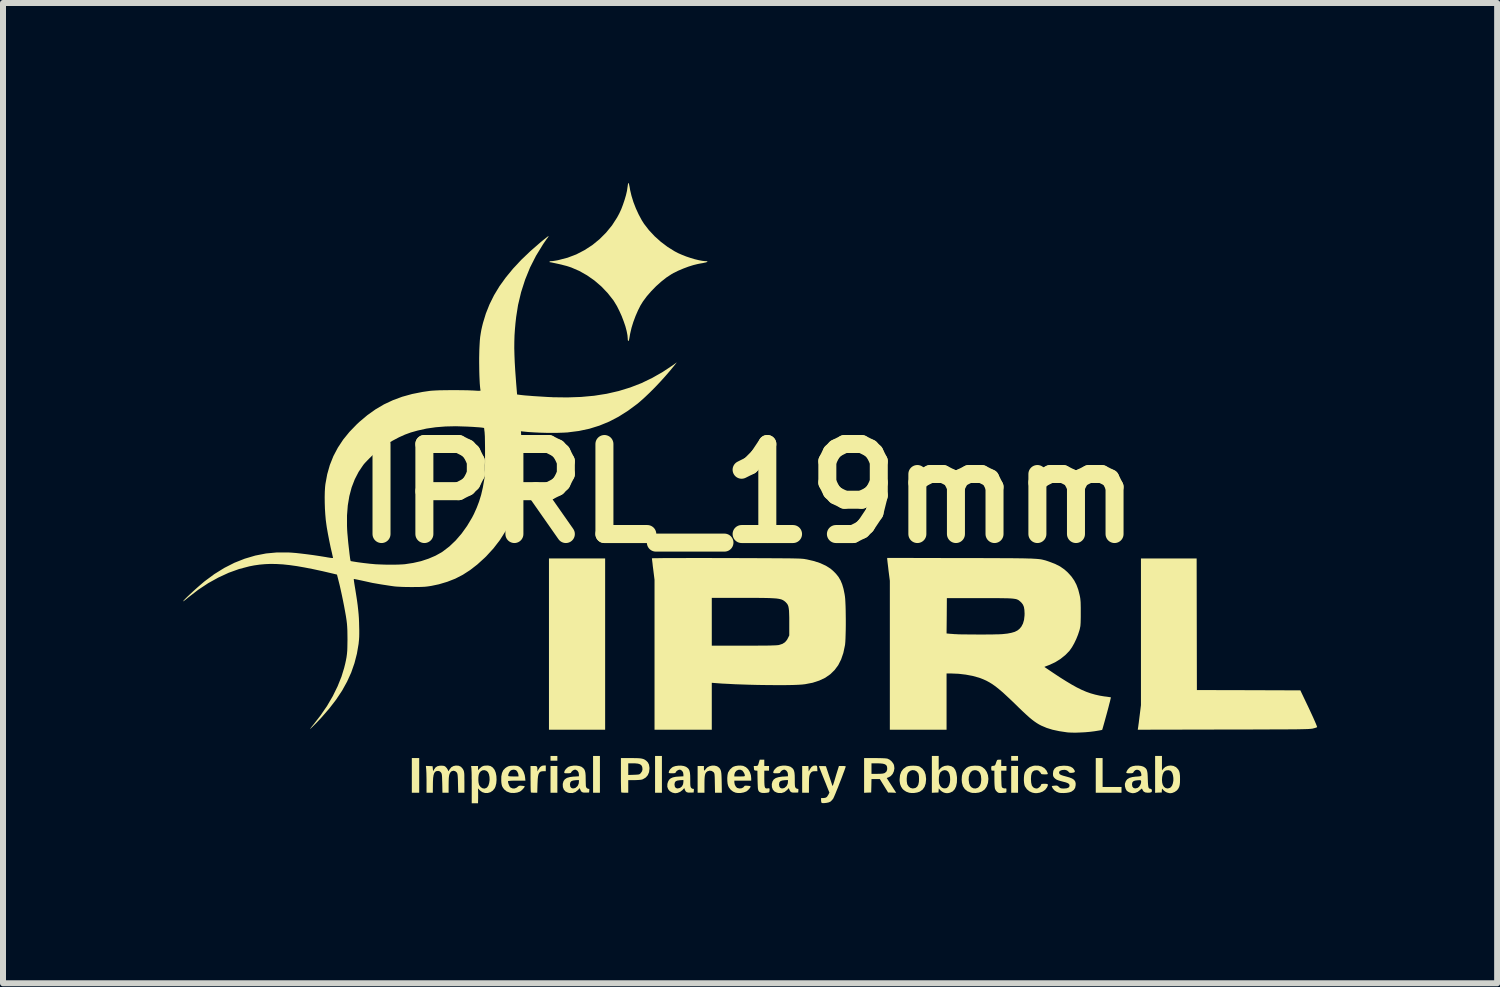
<source format=kicad_pcb>
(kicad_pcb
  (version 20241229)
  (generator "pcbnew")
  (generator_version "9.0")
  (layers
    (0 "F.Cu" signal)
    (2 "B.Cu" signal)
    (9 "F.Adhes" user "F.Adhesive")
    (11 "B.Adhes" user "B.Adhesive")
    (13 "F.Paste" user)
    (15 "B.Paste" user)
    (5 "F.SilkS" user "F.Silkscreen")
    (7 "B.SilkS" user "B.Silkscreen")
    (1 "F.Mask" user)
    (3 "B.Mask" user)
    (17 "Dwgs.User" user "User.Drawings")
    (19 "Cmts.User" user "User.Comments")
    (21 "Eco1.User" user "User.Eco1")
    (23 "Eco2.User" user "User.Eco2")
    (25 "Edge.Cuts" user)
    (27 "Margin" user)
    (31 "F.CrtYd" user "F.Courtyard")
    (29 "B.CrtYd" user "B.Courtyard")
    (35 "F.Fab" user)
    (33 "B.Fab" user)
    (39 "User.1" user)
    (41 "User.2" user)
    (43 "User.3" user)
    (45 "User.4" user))
  (footprint "IPRL_19mm"
    (layer "F.Cu")
    (at 9.414 5.17)
    (property "Reference" "IPRL_19mm" (at 0 0 0) (layer "F.SilkS") (effects (font (size 1.5 1.5) (thickness 0.3))))
    (attr board_only exclude_from_pos_files exclude_from_bom)
    (fp_poly (pts (xy -5.479 4.7) (xy -5.479 4.989) (xy -5.54 4.989) (xy -5.602 4.989) (xy -5.602 4.7) (xy -5.602 4.411) (xy -5.54 4.411) (xy -5.479 4.411)) (stroke (width 0) (type solid)) (fill yes) (layer "F.SilkS"))
    (fp_poly (pts (xy -3.177 4.416) (xy -3.177 4.455) (xy -3.234 4.455) (xy -3.291 4.455) (xy -3.291 4.416) (xy -3.291 4.376) (xy -3.234 4.376) (xy -3.177 4.376)) (stroke (width 0) (type solid)) (fill yes) (layer "F.SilkS"))
    (fp_poly (pts (xy -3.177 4.766) (xy -3.177 4.989) (xy -3.234 4.989) (xy -3.291 4.989) (xy -3.291 4.766) (xy -3.291 4.543) (xy -3.234 4.543) (xy -3.177 4.543)) (stroke (width 0) (type solid)) (fill yes) (layer "F.SilkS"))
    (fp_poly (pts (xy -2.468 4.683) (xy -2.468 4.989) (xy -2.525 4.989) (xy -2.582 4.989) (xy -2.582 4.683) (xy -2.582 4.376) (xy -2.525 4.376) (xy -2.468 4.376)) (stroke (width 0) (type solid)) (fill yes) (layer "F.SilkS"))
    (fp_poly (pts (xy -2.381 2.512) (xy -2.381 3.939) (xy -2.849 3.939) (xy -3.317 3.939) (xy -3.317 2.512) (xy -3.317 1.085) (xy -2.849 1.085) (xy -2.381 1.085)) (stroke (width 0) (type solid)) (fill yes) (layer "F.SilkS"))
    (fp_poly (pts (xy -1.435 4.683) (xy -1.435 4.989) (xy -1.492 4.989) (xy -1.549 4.989) (xy -1.549 4.683) (xy -1.549 4.376) (xy -1.492 4.376) (xy -1.435 4.376)) (stroke (width 0) (type solid)) (fill yes) (layer "F.SilkS"))
    (fp_poly (pts (xy 4.499 4.416) (xy 4.499 4.455) (xy 4.442 4.455) (xy 4.385 4.455) (xy 4.385 4.416) (xy 4.385 4.376) (xy 4.442 4.376) (xy 4.499 4.376)) (stroke (width 0) (type solid)) (fill yes) (layer "F.SilkS"))
    (fp_poly (pts (xy 4.499 4.766) (xy 4.499 4.989) (xy 4.442 4.989) (xy 4.385 4.989) (xy 4.385 4.766) (xy 4.385 4.543) (xy 4.442 4.543) (xy 4.499 4.543)) (stroke (width 0) (type solid)) (fill yes) (layer "F.SilkS"))
    (fp_poly (pts (xy 5.908 4.652) (xy 5.908 4.893) (xy 6.066 4.893) (xy 6.223 4.893) (xy 6.223 4.941) (xy 6.223 4.989) (xy 6.009 4.989) (xy 5.794 4.989) (xy 5.794 4.7) (xy 5.794 4.411) (xy 5.851 4.411) (xy 5.908 4.411)) (stroke (width 0) (type solid)) (fill yes) (layer "F.SilkS"))
    (fp_poly (pts (xy 1.122 4.535) (xy 1.139 4.538) (xy 1.148 4.544) (xy 1.152 4.56) (xy 1.154 4.584) (xy 1.156 4.63) (xy 1.114 4.63) (xy 1.083 4.632) (xy 1.062 4.641) (xy 1.052 4.65) (xy 1.039 4.667) (xy 1.029 4.686) (xy 1.022 4.711) (xy 1.018 4.744) (xy 1.016 4.788) (xy 1.015 4.847) (xy 1.015 4.854) (xy 1.015 4.989) (xy 0.958 4.989) (xy 0.902 4.989) (xy 0.902 4.766) (xy 0.902 4.543) (xy 0.954 4.543) (xy 1.006 4.543) (xy 1.008 4.589) (xy 1.011 4.634) (xy 1.031 4.597) (xy 1.057 4.56) (xy 1.086 4.54) (xy 1.121 4.535)) (stroke (width 0) (type solid)) (fill yes) (layer "F.SilkS"))
    (fp_poly (pts (xy -3.37 4.582) (xy -3.37 4.63) (xy -3.405 4.63) (xy -3.436 4.632) (xy -3.46 4.639) (xy -3.477 4.654) (xy -3.49 4.678) (xy -3.499 4.713) (xy -3.504 4.76) (xy -3.507 4.823) (xy -3.508 4.847) (xy -3.512 4.989) (xy -3.562 4.989) (xy -3.59 4.988) (xy -3.611 4.986) (xy -3.618 4.983) (xy -3.619 4.973) (xy -3.621 4.948) (xy -3.622 4.91) (xy -3.623 4.862) (xy -3.623 4.807) (xy -3.624 4.76) (xy -3.624 4.543) (xy -3.572 4.543) (xy -3.54 4.544) (xy -3.521 4.55) (xy -3.512 4.566) (xy -3.51 4.593) (xy -3.509 4.602) (xy -3.509 4.634) (xy -3.489 4.596) (xy -3.464 4.561) (xy -3.434 4.54) (xy -3.398 4.534) (xy -3.37 4.534)) (stroke (width 0) (type solid)) (fill yes) (layer "F.SilkS"))
    (fp_poly (pts (xy -0.518 4.547) (xy -0.5 4.558) (xy -0.482 4.572) (xy -0.468 4.588) (xy -0.458 4.607) (xy -0.45 4.631) (xy -0.445 4.663) (xy -0.442 4.707) (xy -0.44 4.763) (xy -0.439 4.812) (xy -0.436 4.989) (xy -0.493 4.989) (xy -0.55 4.989) (xy -0.553 4.828) (xy -0.554 4.771) (xy -0.555 4.729) (xy -0.557 4.699) (xy -0.559 4.678) (xy -0.563 4.664) (xy -0.568 4.654) (xy -0.575 4.646) (xy -0.577 4.644) (xy -0.605 4.626) (xy -0.639 4.621) (xy -0.672 4.63) (xy -0.682 4.636) (xy -0.697 4.649) (xy -0.709 4.667) (xy -0.717 4.691) (xy -0.722 4.724) (xy -0.725 4.769) (xy -0.726 4.828) (xy -0.726 4.849) (xy -0.726 4.989) (xy -0.783 4.989) (xy -0.84 4.989) (xy -0.84 4.766) (xy -0.84 4.543) (xy -0.788 4.543) (xy -0.735 4.543) (xy -0.735 4.582) (xy -0.734 4.609) (xy -0.728 4.62) (xy -0.718 4.613) (xy -0.705 4.594) (xy -0.68 4.567) (xy -0.643 4.547) (xy -0.601 4.537) (xy -0.557 4.537)) (stroke (width 0) (type solid)) (fill yes) (layer "F.SilkS"))
    (fp_poly (pts (xy 7.477 2.182) (xy 7.479 3.278) (xy 8.341 3.28) (xy 9.203 3.283) (xy 9.347 3.585) (xy 9.384 3.665) (xy 9.416 3.734) (xy 9.442 3.793) (xy 9.462 3.839) (xy 9.475 3.872) (xy 9.482 3.891) (xy 9.482 3.896) (xy 9.47 3.902) (xy 9.446 3.91) (xy 9.415 3.918) (xy 9.413 3.919) (xy 9.404 3.921) (xy 9.393 3.922) (xy 9.379 3.924) (xy 9.362 3.925) (xy 9.341 3.927) (xy 9.314 3.928) (xy 9.282 3.929) (xy 9.242 3.93) (xy 9.195 3.931) (xy 9.139 3.932) (xy 9.075 3.932) (xy 9 3.933) (xy 8.914 3.933) (xy 8.817 3.934) (xy 8.707 3.934) (xy 8.583 3.935) (xy 8.446 3.935) (xy 8.293 3.936) (xy 8.125 3.936) (xy 7.94 3.936) (xy 7.923 3.936) (xy 6.494 3.939) (xy 6.498 3.911) (xy 6.501 3.893) (xy 6.505 3.862) (xy 6.511 3.819) (xy 6.517 3.768) (xy 6.524 3.713) (xy 6.525 3.706) (xy 6.547 3.53) (xy 6.547 2.308) (xy 6.547 1.085) (xy 7.011 1.085) (xy 7.475 1.085)) (stroke (width 0) (type solid)) (fill yes) (layer "F.SilkS"))
    (fp_poly (pts (xy 0.271 4.49) (xy 0.271 4.543) (xy 0.311 4.543) (xy 0.35 4.543) (xy 0.35 4.582) (xy 0.35 4.621) (xy 0.311 4.621) (xy 0.271 4.621) (xy 0.271 4.756) (xy 0.272 4.815) (xy 0.274 4.858) (xy 0.278 4.887) (xy 0.285 4.906) (xy 0.296 4.915) (xy 0.311 4.918) (xy 0.33 4.916) (xy 0.349 4.914) (xy 0.357 4.919) (xy 0.359 4.935) (xy 0.359 4.945) (xy 0.356 4.97) (xy 0.347 4.982) (xy 0.344 4.984) (xy 0.309 4.99) (xy 0.271 4.993) (xy 0.237 4.992) (xy 0.222 4.989) (xy 0.203 4.982) (xy 0.188 4.973) (xy 0.177 4.96) (xy 0.169 4.941) (xy 0.164 4.913) (xy 0.162 4.873) (xy 0.16 4.82) (xy 0.159 4.783) (xy 0.156 4.622) (xy 0.129 4.62) (xy 0.111 4.617) (xy 0.102 4.608) (xy 0.099 4.589) (xy 0.098 4.58) (xy 0.095 4.543) (xy 0.129 4.543) (xy 0.148 4.542) (xy 0.16 4.537) (xy 0.168 4.525) (xy 0.176 4.501) (xy 0.179 4.49) (xy 0.195 4.438) (xy 0.233 4.438) (xy 0.271 4.438)) (stroke (width 0) (type solid)) (fill yes) (layer "F.SilkS"))
    (fp_poly (pts (xy 2.112 4.411) (xy 2.172 4.412) (xy 2.227 4.413) (xy 2.273 4.415) (xy 2.306 4.418) (xy 2.324 4.421) (xy 2.362 4.44) (xy 2.397 4.471) (xy 2.424 4.509) (xy 2.433 4.534) (xy 2.439 4.583) (xy 2.43 4.631) (xy 2.41 4.675) (xy 2.379 4.71) (xy 2.345 4.73) (xy 2.311 4.744) (xy 2.36 4.82) (xy 2.385 4.859) (xy 2.41 4.898) (xy 2.431 4.931) (xy 2.439 4.943) (xy 2.469 4.99) (xy 2.402 4.987) (xy 2.334 4.985) (xy 2.265 4.873) (xy 2.196 4.761) (xy 2.127 4.761) (xy 2.057 4.761) (xy 2.055 4.873) (xy 2.052 4.985) (xy 1.993 4.987) (xy 1.934 4.99) (xy 1.934 4.701) (xy 1.934 4.586) (xy 2.057 4.586) (xy 2.057 4.674) (xy 2.154 4.674) (xy 2.206 4.673) (xy 2.243 4.67) (xy 2.268 4.664) (xy 2.276 4.661) (xy 2.304 4.639) (xy 2.317 4.609) (xy 2.319 4.586) (xy 2.316 4.555) (xy 2.304 4.531) (xy 2.282 4.515) (xy 2.248 4.505) (xy 2.2 4.5) (xy 2.154 4.499) (xy 2.057 4.499) (xy 2.057 4.586) (xy 1.934 4.586) (xy 1.934 4.411)) (stroke (width 0) (type solid)) (fill yes) (layer "F.SilkS"))
    (fp_poly (pts (xy 3.825 4.539) (xy 3.853 4.541) (xy 3.874 4.547) (xy 3.895 4.557) (xy 3.906 4.563) (xy 3.947 4.597) (xy 3.978 4.643) (xy 3.998 4.697) (xy 4.005 4.757) (xy 3.999 4.82) (xy 3.996 4.832) (xy 3.975 4.889) (xy 3.943 4.934) (xy 3.899 4.966) (xy 3.894 4.969) (xy 3.847 4.986) (xy 3.793 4.993) (xy 3.739 4.992) (xy 3.71 4.986) (xy 3.654 4.963) (xy 3.611 4.927) (xy 3.581 4.881) (xy 3.564 4.822) (xy 3.56 4.773) (xy 3.676 4.773) (xy 3.684 4.831) (xy 3.685 4.836) (xy 3.701 4.874) (xy 3.727 4.901) (xy 3.759 4.916) (xy 3.795 4.918) (xy 3.83 4.905) (xy 3.841 4.897) (xy 3.865 4.868) (xy 3.88 4.829) (xy 3.886 4.777) (xy 3.886 4.759) (xy 3.881 4.703) (xy 3.865 4.66) (xy 3.839 4.63) (xy 3.803 4.615) (xy 3.778 4.613) (xy 3.742 4.62) (xy 3.713 4.643) (xy 3.692 4.677) (xy 3.679 4.721) (xy 3.676 4.773) (xy 3.56 4.773) (xy 3.56 4.767) (xy 3.564 4.706) (xy 3.578 4.656) (xy 3.603 4.615) (xy 3.607 4.61) (xy 3.639 4.577) (xy 3.674 4.556) (xy 3.716 4.543) (xy 3.77 4.538) (xy 3.785 4.538)) (stroke (width 0) (type solid)) (fill yes) (layer "F.SilkS"))
    (fp_poly (pts (xy -1.887 4.412) (xy -1.836 4.413) (xy -1.796 4.416) (xy -1.766 4.421) (xy -1.742 4.428) (xy -1.721 4.438) (xy -1.701 4.452) (xy -1.7 4.452) (xy -1.67 4.482) (xy -1.651 4.519) (xy -1.643 4.566) (xy -1.642 4.586) (xy -1.649 4.646) (xy -1.67 4.696) (xy -1.705 4.736) (xy -1.753 4.764) (xy -1.767 4.769) (xy -1.788 4.773) (xy -1.821 4.776) (xy -1.862 4.778) (xy -1.896 4.779) (xy -1.996 4.779) (xy -1.996 4.884) (xy -1.996 4.989) (xy -2.051 4.989) (xy -2.081 4.988) (xy -2.103 4.986) (xy -2.112 4.983) (xy -2.114 4.973) (xy -2.115 4.948) (xy -2.116 4.91) (xy -2.117 4.86) (xy -2.118 4.801) (xy -2.118 4.736) (xy -2.118 4.694) (xy -2.118 4.596) (xy -1.996 4.596) (xy -1.996 4.693) (xy -1.903 4.69) (xy -1.862 4.688) (xy -1.834 4.686) (xy -1.816 4.683) (xy -1.803 4.677) (xy -1.792 4.667) (xy -1.785 4.658) (xy -1.766 4.631) (xy -1.759 4.602) (xy -1.759 4.594) (xy -1.763 4.559) (xy -1.776 4.533) (xy -1.799 4.515) (xy -1.834 4.504) (xy -1.884 4.499) (xy -1.917 4.499) (xy -1.996 4.499) (xy -1.996 4.596) (xy -2.118 4.596) (xy -2.118 4.411) (xy -1.953 4.411)) (stroke (width 0) (type solid)) (fill yes) (layer "F.SilkS"))
    (fp_poly (pts (xy 2.801 4.54) (xy 2.838 4.546) (xy 2.858 4.553) (xy 2.905 4.587) (xy 2.939 4.633) (xy 2.959 4.689) (xy 2.967 4.758) (xy 2.967 4.765) (xy 2.96 4.834) (xy 2.941 4.891) (xy 2.909 4.936) (xy 2.865 4.968) (xy 2.86 4.971) (xy 2.818 4.985) (xy 2.768 4.993) (xy 2.718 4.993) (xy 2.685 4.989) (xy 2.635 4.971) (xy 2.596 4.945) (xy 2.575 4.925) (xy 2.55 4.887) (xy 2.534 4.845) (xy 2.526 4.792) (xy 2.526 4.761) (xy 2.527 4.753) (xy 2.644 4.753) (xy 2.645 4.798) (xy 2.651 4.837) (xy 2.655 4.852) (xy 2.678 4.887) (xy 2.709 4.91) (xy 2.746 4.918) (xy 2.784 4.911) (xy 2.792 4.908) (xy 2.819 4.887) (xy 2.837 4.854) (xy 2.847 4.809) (xy 2.849 4.761) (xy 2.848 4.719) (xy 2.844 4.689) (xy 2.837 4.668) (xy 2.832 4.659) (xy 2.806 4.63) (xy 2.773 4.615) (xy 2.737 4.612) (xy 2.703 4.623) (xy 2.674 4.646) (xy 2.657 4.674) (xy 2.648 4.709) (xy 2.644 4.753) (xy 2.527 4.753) (xy 2.533 4.694) (xy 2.553 4.638) (xy 2.586 4.593) (xy 2.633 4.559) (xy 2.641 4.554) (xy 2.671 4.545) (xy 2.712 4.539) (xy 2.757 4.538)) (stroke (width 0) (type solid)) (fill yes) (layer "F.SilkS"))
    (fp_poly (pts (xy 4.219 4.49) (xy 4.219 4.543) (xy 4.263 4.543) (xy 4.306 4.543) (xy 4.306 4.582) (xy 4.306 4.621) (xy 4.262 4.621) (xy 4.218 4.621) (xy 4.22 4.758) (xy 4.222 4.81) (xy 4.223 4.847) (xy 4.225 4.873) (xy 4.228 4.889) (xy 4.233 4.899) (xy 4.239 4.906) (xy 4.241 4.907) (xy 4.263 4.916) (xy 4.282 4.917) (xy 4.298 4.916) (xy 4.305 4.923) (xy 4.306 4.942) (xy 4.306 4.946) (xy 4.305 4.969) (xy 4.301 4.982) (xy 4.3 4.983) (xy 4.286 4.987) (xy 4.26 4.99) (xy 4.23 4.993) (xy 4.202 4.993) (xy 4.182 4.992) (xy 4.179 4.992) (xy 4.151 4.976) (xy 4.127 4.949) (xy 4.114 4.92) (xy 4.111 4.9) (xy 4.108 4.867) (xy 4.106 4.824) (xy 4.105 4.776) (xy 4.105 4.755) (xy 4.105 4.621) (xy 4.079 4.621) (xy 4.062 4.62) (xy 4.055 4.614) (xy 4.053 4.597) (xy 4.052 4.583) (xy 4.053 4.558) (xy 4.058 4.547) (xy 4.071 4.542) (xy 4.085 4.541) (xy 4.103 4.538) (xy 4.114 4.532) (xy 4.123 4.517) (xy 4.133 4.489) (xy 4.133 4.488) (xy 4.143 4.46) (xy 4.151 4.445) (xy 4.162 4.439) (xy 4.179 4.438) (xy 4.184 4.438) (xy 4.219 4.438)) (stroke (width 0) (type solid)) (fill yes) (layer "F.SilkS"))
    (fp_poly (pts (xy 3.177 4.497) (xy 3.177 4.617) (xy 3.199 4.589) (xy 3.233 4.56) (xy 3.276 4.542) (xy 3.326 4.535) (xy 3.344 4.537) (xy 3.39 4.548) (xy 3.426 4.571) (xy 3.452 4.607) (xy 3.47 4.656) (xy 3.48 4.719) (xy 3.482 4.745) (xy 3.48 4.819) (xy 3.467 4.881) (xy 3.444 4.93) (xy 3.411 4.966) (xy 3.368 4.987) (xy 3.365 4.988) (xy 3.33 4.996) (xy 3.301 4.996) (xy 3.269 4.988) (xy 3.26 4.985) (xy 3.231 4.969) (xy 3.205 4.948) (xy 3.202 4.944) (xy 3.178 4.917) (xy 3.176 4.951) (xy 3.173 4.985) (xy 3.118 4.987) (xy 3.063 4.99) (xy 3.063 4.771) (xy 3.179 4.771) (xy 3.181 4.813) (xy 3.185 4.837) (xy 3.203 4.876) (xy 3.229 4.903) (xy 3.262 4.916) (xy 3.298 4.914) (xy 3.312 4.909) (xy 3.335 4.89) (xy 3.352 4.857) (xy 3.364 4.817) (xy 3.368 4.772) (xy 3.366 4.726) (xy 3.358 4.683) (xy 3.342 4.648) (xy 3.33 4.633) (xy 3.302 4.616) (xy 3.269 4.613) (xy 3.236 4.623) (xy 3.208 4.646) (xy 3.199 4.658) (xy 3.188 4.687) (xy 3.181 4.727) (xy 3.179 4.771) (xy 3.063 4.771) (xy 3.063 4.683) (xy 3.063 4.376) (xy 3.12 4.376) (xy 3.177 4.376)) (stroke (width 0) (type solid)) (fill yes) (layer "F.SilkS"))
    (fp_poly (pts (xy 6.897 4.497) (xy 6.897 4.617) (xy 6.919 4.59) (xy 6.953 4.559) (xy 6.996 4.541) (xy 7.043 4.535) (xy 7.089 4.542) (xy 7.13 4.562) (xy 7.141 4.572) (xy 7.165 4.598) (xy 7.182 4.626) (xy 7.192 4.661) (xy 7.197 4.706) (xy 7.198 4.761) (xy 7.197 4.818) (xy 7.192 4.861) (xy 7.183 4.894) (xy 7.169 4.921) (xy 7.148 4.947) (xy 7.142 4.953) (xy 7.107 4.977) (xy 7.066 4.993) (xy 7.033 4.997) (xy 7.013 4.994) (xy 6.987 4.987) (xy 6.98 4.985) (xy 6.951 4.97) (xy 6.925 4.949) (xy 6.922 4.946) (xy 6.898 4.92) (xy 6.895 4.952) (xy 6.893 4.985) (xy 6.838 4.987) (xy 6.783 4.99) (xy 6.783 4.775) (xy 6.897 4.775) (xy 6.901 4.822) (xy 6.911 4.858) (xy 6.932 4.892) (xy 6.961 4.912) (xy 6.994 4.918) (xy 7.028 4.908) (xy 7.045 4.897) (xy 7.065 4.87) (xy 7.079 4.832) (xy 7.087 4.789) (xy 7.087 4.742) (xy 7.081 4.698) (xy 7.069 4.66) (xy 7.051 4.632) (xy 7.038 4.622) (xy 7.007 4.613) (xy 6.972 4.616) (xy 6.946 4.626) (xy 6.925 4.649) (xy 6.909 4.685) (xy 6.9 4.728) (xy 6.897 4.775) (xy 6.783 4.775) (xy 6.783 4.683) (xy 6.783 4.376) (xy 6.84 4.376) (xy 6.897 4.376)) (stroke (width 0) (type solid)) (fill yes) (layer "F.SilkS"))
    (fp_poly (pts (xy 4.839 4.538) (xy 4.893 4.552) (xy 4.939 4.58) (xy 4.973 4.619) (xy 4.993 4.663) (xy 4.995 4.673) (xy 4.991 4.679) (xy 4.978 4.682) (xy 4.952 4.683) (xy 4.941 4.683) (xy 4.912 4.682) (xy 4.892 4.679) (xy 4.884 4.675) (xy 4.879 4.663) (xy 4.866 4.645) (xy 4.861 4.64) (xy 4.84 4.62) (xy 4.816 4.613) (xy 4.808 4.613) (xy 4.772 4.618) (xy 4.745 4.634) (xy 4.727 4.662) (xy 4.717 4.704) (xy 4.714 4.761) (xy 4.718 4.822) (xy 4.729 4.867) (xy 4.75 4.897) (xy 4.779 4.914) (xy 4.811 4.919) (xy 4.831 4.913) (xy 4.854 4.897) (xy 4.873 4.877) (xy 4.883 4.858) (xy 4.884 4.854) (xy 4.887 4.846) (xy 4.899 4.842) (xy 4.924 4.84) (xy 4.941 4.84) (xy 4.975 4.841) (xy 4.993 4.847) (xy 4.997 4.859) (xy 4.99 4.882) (xy 4.98 4.902) (xy 4.952 4.939) (xy 4.91 4.969) (xy 4.86 4.988) (xy 4.858 4.988) (xy 4.818 4.995) (xy 4.784 4.996) (xy 4.746 4.989) (xy 4.732 4.985) (xy 4.686 4.964) (xy 4.646 4.93) (xy 4.616 4.886) (xy 4.607 4.864) (xy 4.6 4.828) (xy 4.596 4.784) (xy 4.597 4.737) (xy 4.601 4.693) (xy 4.609 4.657) (xy 4.615 4.643) (xy 4.648 4.595) (xy 4.692 4.562) (xy 4.747 4.542) (xy 4.777 4.537)) (stroke (width 0) (type solid)) (fill yes) (layer "F.SilkS"))
    (fp_poly (pts (xy -4.289 4.545) (xy -4.252 4.57) (xy -4.223 4.608) (xy -4.204 4.655) (xy -4.193 4.711) (xy -4.19 4.773) (xy -4.195 4.833) (xy -4.209 4.887) (xy -4.221 4.914) (xy -4.252 4.953) (xy -4.292 4.98) (xy -4.336 4.993) (xy -4.383 4.993) (xy -4.428 4.979) (xy -4.468 4.95) (xy -4.471 4.947) (xy -4.5 4.916) (xy -4.498 4.95) (xy -4.497 4.974) (xy -4.497 5.009) (xy -4.497 5.051) (xy -4.497 5.074) (xy -4.499 5.164) (xy -4.551 5.164) (xy -4.604 5.164) (xy -4.604 4.894) (xy -4.604 4.825) (xy -4.604 4.774) (xy -4.494 4.774) (xy -4.491 4.816) (xy -4.484 4.85) (xy -4.478 4.864) (xy -4.455 4.895) (xy -4.425 4.914) (xy -4.392 4.92) (xy -4.362 4.91) (xy -4.346 4.898) (xy -4.326 4.868) (xy -4.313 4.826) (xy -4.306 4.777) (xy -4.308 4.726) (xy -4.317 4.681) (xy -4.334 4.645) (xy -4.36 4.623) (xy -4.391 4.613) (xy -4.423 4.615) (xy -4.452 4.63) (xy -4.475 4.657) (xy -4.488 4.69) (xy -4.493 4.73) (xy -4.494 4.774) (xy -4.604 4.774) (xy -4.605 4.759) (xy -4.605 4.701) (xy -4.606 4.651) (xy -4.608 4.612) (xy -4.609 4.588) (xy -4.609 4.583) (xy -4.615 4.543) (xy -4.557 4.543) (xy -4.499 4.543) (xy -4.499 4.578) (xy -4.499 4.613) (xy -4.464 4.578) (xy -4.436 4.554) (xy -4.408 4.542) (xy -4.39 4.538) (xy -4.334 4.535)) (stroke (width 0) (type solid)) (fill yes) (layer "F.SilkS"))
    (fp_poly (pts (xy 1.6 4.544) (xy 1.621 4.546) (xy 1.628 4.55) (xy 1.625 4.563) (xy 1.616 4.589) (xy 1.603 4.626) (xy 1.585 4.673) (xy 1.566 4.725) (xy 1.544 4.782) (xy 1.521 4.84) (xy 1.499 4.898) (xy 1.477 4.951) (xy 1.458 4.999) (xy 1.441 5.039) (xy 1.428 5.068) (xy 1.421 5.084) (xy 1.421 5.084) (xy 1.401 5.11) (xy 1.378 5.133) (xy 1.367 5.14) (xy 1.344 5.15) (xy 1.312 5.157) (xy 1.278 5.161) (xy 1.247 5.162) (xy 1.228 5.159) (xy 1.221 5.147) (xy 1.217 5.124) (xy 1.217 5.116) (xy 1.217 5.078) (xy 1.25 5.078) (xy 1.286 5.074) (xy 1.313 5.06) (xy 1.333 5.031) (xy 1.338 5.023) (xy 1.356 4.987) (xy 1.338 4.942) (xy 1.329 4.92) (xy 1.315 4.885) (xy 1.298 4.841) (xy 1.277 4.79) (xy 1.255 4.735) (xy 1.251 4.725) (xy 1.23 4.673) (xy 1.212 4.628) (xy 1.198 4.59) (xy 1.187 4.563) (xy 1.182 4.548) (xy 1.182 4.547) (xy 1.19 4.545) (xy 1.211 4.544) (xy 1.24 4.544) (xy 1.24 4.544) (xy 1.298 4.547) (xy 1.35 4.705) (xy 1.367 4.755) (xy 1.382 4.8) (xy 1.394 4.837) (xy 1.402 4.863) (xy 1.407 4.875) (xy 1.407 4.875) (xy 1.41 4.873) (xy 1.418 4.857) (xy 1.427 4.83) (xy 1.435 4.805) (xy 1.449 4.758) (xy 1.465 4.703) (xy 1.481 4.651) (xy 1.487 4.632) (xy 1.515 4.543) (xy 1.571 4.543)) (stroke (width 0) (type solid)) (fill yes) (layer "F.SilkS"))
    (fp_poly (pts (xy -0.083 4.541) (xy -0.079 4.542) (xy -0.035 4.563) (xy 0.002 4.598) (xy 0.03 4.644) (xy 0.048 4.698) (xy 0.053 4.75) (xy 0.053 4.788) (xy -0.088 4.788) (xy -0.228 4.788) (xy -0.228 4.815) (xy -0.222 4.85) (xy -0.207 4.881) (xy -0.187 4.904) (xy -0.179 4.909) (xy -0.144 4.918) (xy -0.11 4.915) (xy -0.081 4.902) (xy -0.062 4.881) (xy -0.06 4.876) (xy -0.051 4.872) (xy -0.03 4.871) (xy -0.005 4.873) (xy 0.02 4.875) (xy 0.038 4.88) (xy 0.044 4.884) (xy 0.037 4.901) (xy 0.021 4.923) (xy -0.001 4.946) (xy -0.024 4.965) (xy -0.032 4.969) (xy -0.072 4.984) (xy -0.121 4.993) (xy -0.172 4.993) (xy -0.207 4.988) (xy -0.249 4.97) (xy -0.288 4.94) (xy -0.318 4.901) (xy -0.33 4.877) (xy -0.34 4.839) (xy -0.345 4.793) (xy -0.346 4.743) (xy -0.342 4.696) (xy -0.342 4.695) (xy -0.228 4.695) (xy -0.228 4.718) (xy -0.14 4.718) (xy -0.099 4.717) (xy -0.073 4.716) (xy -0.059 4.713) (xy -0.053 4.707) (xy -0.053 4.704) (xy -0.058 4.677) (xy -0.073 4.648) (xy -0.091 4.624) (xy -0.097 4.618) (xy -0.129 4.605) (xy -0.161 4.607) (xy -0.191 4.621) (xy -0.214 4.646) (xy -0.226 4.679) (xy -0.228 4.695) (xy -0.342 4.695) (xy -0.334 4.658) (xy -0.329 4.646) (xy -0.301 4.602) (xy -0.263 4.567) (xy -0.243 4.555) (xy -0.21 4.544) (xy -0.167 4.537) (xy -0.123 4.536)) (stroke (width 0) (type solid)) (fill yes) (layer "F.SilkS"))
    (fp_poly (pts (xy -3.87 4.539) (xy -3.844 4.542) (xy -3.824 4.549) (xy -3.804 4.56) (xy -3.801 4.562) (xy -3.767 4.594) (xy -3.74 4.64) (xy -3.721 4.695) (xy -3.715 4.733) (xy -3.709 4.788) (xy -3.854 4.788) (xy -3.916 4.788) (xy -3.961 4.79) (xy -3.989 4.793) (xy -4 4.796) (xy -4 4.797) (xy -3.996 4.826) (xy -3.985 4.859) (xy -3.971 4.887) (xy -3.958 4.902) (xy -3.925 4.917) (xy -3.889 4.918) (xy -3.855 4.904) (xy -3.842 4.893) (xy -3.825 4.879) (xy -3.81 4.872) (xy -3.789 4.871) (xy -3.768 4.873) (xy -3.742 4.876) (xy -3.724 4.88) (xy -3.72 4.882) (xy -3.726 4.896) (xy -3.742 4.917) (xy -3.763 4.94) (xy -3.786 4.96) (xy -3.803 4.971) (xy -3.846 4.986) (xy -3.896 4.993) (xy -3.946 4.992) (xy -3.969 4.988) (xy -4.022 4.967) (xy -4.063 4.933) (xy -4.085 4.903) (xy -4.098 4.879) (xy -4.105 4.853) (xy -4.11 4.821) (xy -4.112 4.788) (xy -4.111 4.718) (xy -4.109 4.707) (xy -3.996 4.707) (xy -3.995 4.71) (xy -3.985 4.713) (xy -3.961 4.716) (xy -3.928 4.717) (xy -3.908 4.718) (xy -3.825 4.718) (xy -3.825 4.695) (xy -3.831 4.666) (xy -3.845 4.637) (xy -3.863 4.616) (xy -3.868 4.613) (xy -3.901 4.604) (xy -3.936 4.609) (xy -3.959 4.622) (xy -3.974 4.64) (xy -3.987 4.664) (xy -3.995 4.689) (xy -3.996 4.707) (xy -4.109 4.707) (xy -4.1 4.661) (xy -4.079 4.615) (xy -4.046 4.58) (xy -4.017 4.56) (xy -3.993 4.548) (xy -3.969 4.542) (xy -3.939 4.539) (xy -3.907 4.538)) (stroke (width 0) (type solid)) (fill yes) (layer "F.SilkS"))
    (fp_poly (pts (xy 5.327 4.542) (xy 5.375 4.555) (xy 5.41 4.576) (xy 5.429 4.598) (xy 5.444 4.624) (xy 5.445 4.641) (xy 5.432 4.651) (xy 5.403 4.657) (xy 5.403 4.657) (xy 5.375 4.658) (xy 5.358 4.656) (xy 5.347 4.647) (xy 5.34 4.638) (xy 5.314 4.617) (xy 5.279 4.607) (xy 5.237 4.61) (xy 5.221 4.614) (xy 5.197 4.625) (xy 5.186 4.638) (xy 5.183 4.649) (xy 5.185 4.666) (xy 5.195 4.681) (xy 5.216 4.693) (xy 5.25 4.705) (xy 5.294 4.717) (xy 5.355 4.734) (xy 5.4 4.752) (xy 5.431 4.773) (xy 5.45 4.798) (xy 5.459 4.828) (xy 5.459 4.863) (xy 5.45 4.908) (xy 5.428 4.942) (xy 5.391 4.969) (xy 5.387 4.971) (xy 5.353 4.983) (xy 5.307 4.991) (xy 5.258 4.994) (xy 5.211 4.993) (xy 5.182 4.989) (xy 5.142 4.974) (xy 5.105 4.949) (xy 5.078 4.918) (xy 5.071 4.904) (xy 5.06 4.877) (xy 5.106 4.871) (xy 5.134 4.869) (xy 5.152 4.871) (xy 5.167 4.88) (xy 5.18 4.892) (xy 5.196 4.907) (xy 5.213 4.915) (xy 5.235 4.918) (xy 5.262 4.919) (xy 5.308 4.915) (xy 5.339 4.904) (xy 5.355 4.884) (xy 5.357 4.871) (xy 5.354 4.853) (xy 5.343 4.839) (xy 5.323 4.827) (xy 5.29 4.815) (xy 5.25 4.805) (xy 5.201 4.792) (xy 5.166 4.781) (xy 5.14 4.77) (xy 5.12 4.756) (xy 5.103 4.74) (xy 5.089 4.721) (xy 5.082 4.699) (xy 5.081 4.669) (xy 5.087 4.623) (xy 5.107 4.587) (xy 5.139 4.561) (xy 5.186 4.545) (xy 5.248 4.539) (xy 5.265 4.538)) (stroke (width 0) (type solid)) (fill yes) (layer "F.SilkS"))
    (fp_poly (pts (xy -4.821 4.539) (xy -4.783 4.557) (xy -4.753 4.591) (xy -4.746 4.604) (xy -4.739 4.618) (xy -4.734 4.633) (xy -4.731 4.65) (xy -4.728 4.673) (xy -4.727 4.705) (xy -4.727 4.749) (xy -4.726 4.806) (xy -4.726 4.816) (xy -4.726 4.989) (xy -4.778 4.989) (xy -4.829 4.989) (xy -4.833 4.832) (xy -4.834 4.775) (xy -4.836 4.733) (xy -4.838 4.703) (xy -4.841 4.682) (xy -4.845 4.667) (xy -4.85 4.656) (xy -4.854 4.65) (xy -4.879 4.629) (xy -4.909 4.622) (xy -4.938 4.63) (xy -4.953 4.642) (xy -4.965 4.659) (xy -4.975 4.68) (xy -4.982 4.708) (xy -4.986 4.746) (xy -4.988 4.796) (xy -4.989 4.86) (xy -4.989 4.989) (xy -5.041 4.989) (xy -5.092 4.989) (xy -5.095 4.832) (xy -5.097 4.775) (xy -5.098 4.733) (xy -5.1 4.703) (xy -5.103 4.682) (xy -5.107 4.667) (xy -5.113 4.656) (xy -5.117 4.65) (xy -5.135 4.633) (xy -5.158 4.626) (xy -5.168 4.626) (xy -5.194 4.629) (xy -5.214 4.641) (xy -5.229 4.663) (xy -5.24 4.696) (xy -5.247 4.742) (xy -5.25 4.802) (xy -5.251 4.864) (xy -5.252 4.989) (xy -5.304 4.989) (xy -5.357 4.989) (xy -5.357 4.825) (xy -5.357 4.768) (xy -5.358 4.713) (xy -5.359 4.663) (xy -5.361 4.624) (xy -5.362 4.601) (xy -5.368 4.542) (xy -5.312 4.544) (xy -5.256 4.547) (xy -5.252 4.589) (xy -5.247 4.631) (xy -5.231 4.602) (xy -5.208 4.569) (xy -5.178 4.548) (xy -5.139 4.539) (xy -5.114 4.538) (xy -5.082 4.539) (xy -5.06 4.544) (xy -5.043 4.554) (xy -5.037 4.56) (xy -5.017 4.582) (xy -5.003 4.606) (xy -5.002 4.607) (xy -4.992 4.632) (xy -4.973 4.601) (xy -4.945 4.565) (xy -4.908 4.544) (xy -4.868 4.536)) (stroke (width 0) (type solid)) (fill yes) (layer "F.SilkS"))
    (fp_poly (pts (xy -2.857 4.537) (xy -2.812 4.544) (xy -2.776 4.556) (xy -2.772 4.559) (xy -2.748 4.577) (xy -2.73 4.597) (xy -2.718 4.623) (xy -2.71 4.657) (xy -2.706 4.703) (xy -2.705 4.763) (xy -2.705 4.77) (xy -2.704 4.819) (xy -2.703 4.854) (xy -2.702 4.877) (xy -2.698 4.893) (xy -2.693 4.903) (xy -2.686 4.911) (xy -2.669 4.922) (xy -2.655 4.924) (xy -2.647 4.924) (xy -2.644 4.936) (xy -2.645 4.952) (xy -2.648 4.985) (xy -2.698 4.987) (xy -2.738 4.987) (xy -2.765 4.979) (xy -2.783 4.963) (xy -2.793 4.942) (xy -2.804 4.912) (xy -2.835 4.945) (xy -2.877 4.978) (xy -2.924 4.994) (xy -2.977 4.993) (xy -3.002 4.987) (xy -3.041 4.968) (xy -3.069 4.937) (xy -3.085 4.895) (xy -3.087 4.854) (xy -2.967 4.854) (xy -2.961 4.888) (xy -2.943 4.91) (xy -2.917 4.918) (xy -2.885 4.912) (xy -2.871 4.905) (xy -2.84 4.877) (xy -2.822 4.839) (xy -2.818 4.809) (xy -2.818 4.777) (xy -2.875 4.78) (xy -2.917 4.786) (xy -2.945 4.797) (xy -2.961 4.817) (xy -2.967 4.846) (xy -2.967 4.854) (xy -3.087 4.854) (xy -3.087 4.847) (xy -3.086 4.836) (xy -3.074 4.795) (xy -3.052 4.765) (xy -3.018 4.742) (xy -2.971 4.728) (xy -2.909 4.72) (xy -2.899 4.72) (xy -2.818 4.715) (xy -2.818 4.681) (xy -2.825 4.648) (xy -2.843 4.622) (xy -2.869 4.606) (xy -2.884 4.604) (xy -2.904 4.61) (xy -2.925 4.623) (xy -2.943 4.641) (xy -2.95 4.656) (xy -2.958 4.661) (xy -2.98 4.664) (xy -3.007 4.665) (xy -3.037 4.665) (xy -3.055 4.662) (xy -3.062 4.656) (xy -3.063 4.649) (xy -3.056 4.624) (xy -3.038 4.597) (xy -3.012 4.572) (xy -2.989 4.556) (xy -2.952 4.544) (xy -2.906 4.537)) (stroke (width 0) (type solid)) (fill yes) (layer "F.SilkS"))
    (fp_poly (pts (xy 0.626 4.537) (xy 0.671 4.544) (xy 0.707 4.556) (xy 0.711 4.559) (xy 0.736 4.577) (xy 0.754 4.597) (xy 0.766 4.623) (xy 0.774 4.657) (xy 0.778 4.703) (xy 0.779 4.763) (xy 0.779 4.77) (xy 0.779 4.819) (xy 0.78 4.854) (xy 0.782 4.877) (xy 0.785 4.893) (xy 0.791 4.903) (xy 0.797 4.911) (xy 0.814 4.922) (xy 0.828 4.924) (xy 0.837 4.924) (xy 0.839 4.936) (xy 0.839 4.952) (xy 0.836 4.985) (xy 0.786 4.987) (xy 0.746 4.987) (xy 0.719 4.979) (xy 0.701 4.963) (xy 0.691 4.942) (xy 0.68 4.912) (xy 0.649 4.945) (xy 0.607 4.978) (xy 0.559 4.994) (xy 0.507 4.993) (xy 0.481 4.987) (xy 0.441 4.968) (xy 0.413 4.936) (xy 0.398 4.895) (xy 0.396 4.854) (xy 0.516 4.854) (xy 0.523 4.888) (xy 0.54 4.91) (xy 0.566 4.918) (xy 0.599 4.912) (xy 0.612 4.905) (xy 0.643 4.877) (xy 0.661 4.839) (xy 0.665 4.809) (xy 0.665 4.777) (xy 0.609 4.78) (xy 0.566 4.786) (xy 0.538 4.797) (xy 0.522 4.817) (xy 0.517 4.846) (xy 0.516 4.854) (xy 0.396 4.854) (xy 0.396 4.844) (xy 0.396 4.844) (xy 0.407 4.801) (xy 0.428 4.768) (xy 0.462 4.744) (xy 0.509 4.729) (xy 0.571 4.72) (xy 0.584 4.72) (xy 0.665 4.715) (xy 0.665 4.681) (xy 0.658 4.648) (xy 0.64 4.622) (xy 0.615 4.606) (xy 0.6 4.604) (xy 0.58 4.61) (xy 0.558 4.623) (xy 0.541 4.641) (xy 0.534 4.656) (xy 0.526 4.661) (xy 0.503 4.664) (xy 0.477 4.665) (xy 0.446 4.665) (xy 0.429 4.662) (xy 0.421 4.656) (xy 0.42 4.649) (xy 0.427 4.624) (xy 0.446 4.597) (xy 0.472 4.572) (xy 0.495 4.556) (xy 0.532 4.544) (xy 0.577 4.537)) (stroke (width 0) (type solid)) (fill yes) (layer "F.SilkS"))
    (fp_poly (pts (xy -1.069 4.544) (xy -1.033 4.557) (xy -1.03 4.559) (xy -1.006 4.577) (xy -0.988 4.597) (xy -0.976 4.623) (xy -0.968 4.657) (xy -0.964 4.703) (xy -0.963 4.763) (xy -0.963 4.77) (xy -0.963 4.819) (xy -0.962 4.854) (xy -0.96 4.877) (xy -0.956 4.893) (xy -0.951 4.903) (xy -0.945 4.911) (xy -0.928 4.922) (xy -0.913 4.924) (xy -0.905 4.924) (xy -0.902 4.936) (xy -0.903 4.952) (xy -0.906 4.985) (xy -0.956 4.987) (xy -0.996 4.987) (xy -1.023 4.979) (xy -1.041 4.963) (xy -1.051 4.942) (xy -1.062 4.912) (xy -1.093 4.945) (xy -1.131 4.974) (xy -1.175 4.992) (xy -1.212 4.997) (xy -1.232 4.994) (xy -1.258 4.987) (xy -1.265 4.985) (xy -1.304 4.962) (xy -1.331 4.929) (xy -1.345 4.889) (xy -1.344 4.854) (xy -1.225 4.854) (xy -1.219 4.888) (xy -1.202 4.91) (xy -1.175 4.918) (xy -1.141 4.911) (xy -1.129 4.906) (xy -1.1 4.882) (xy -1.082 4.846) (xy -1.077 4.809) (xy -1.077 4.777) (xy -1.133 4.78) (xy -1.176 4.786) (xy -1.204 4.797) (xy -1.219 4.817) (xy -1.225 4.846) (xy -1.225 4.854) (xy -1.344 4.854) (xy -1.344 4.843) (xy -1.333 4.806) (xy -1.315 4.773) (xy -1.288 4.749) (xy -1.252 4.733) (xy -1.203 4.723) (xy -1.159 4.72) (xy -1.077 4.715) (xy -1.077 4.681) (xy -1.083 4.648) (xy -1.101 4.622) (xy -1.127 4.606) (xy -1.142 4.604) (xy -1.162 4.61) (xy -1.184 4.623) (xy -1.201 4.641) (xy -1.208 4.656) (xy -1.216 4.661) (xy -1.238 4.664) (xy -1.265 4.665) (xy -1.296 4.664) (xy -1.313 4.662) (xy -1.32 4.656) (xy -1.322 4.65) (xy -1.314 4.623) (xy -1.295 4.595) (xy -1.267 4.569) (xy -1.25 4.558) (xy -1.211 4.545) (xy -1.164 4.538) (xy -1.115 4.537)) (stroke (width 0) (type solid)) (fill yes) (layer "F.SilkS"))
    (fp_poly (pts (xy 6.549 4.542) (xy 6.585 4.553) (xy 6.59 4.556) (xy 6.613 4.57) (xy 6.63 4.586) (xy 6.642 4.604) (xy 6.65 4.629) (xy 6.656 4.662) (xy 6.659 4.708) (xy 6.661 4.762) (xy 6.663 4.818) (xy 6.666 4.86) (xy 6.67 4.888) (xy 6.676 4.907) (xy 6.684 4.917) (xy 6.695 4.922) (xy 6.706 4.923) (xy 6.722 4.929) (xy 6.729 4.948) (xy 6.729 4.949) (xy 6.728 4.969) (xy 6.719 4.981) (xy 6.697 4.987) (xy 6.661 4.989) (xy 6.66 4.989) (xy 6.619 4.984) (xy 6.591 4.968) (xy 6.573 4.94) (xy 6.57 4.931) (xy 6.565 4.921) (xy 6.559 4.921) (xy 6.547 4.93) (xy 6.531 4.945) (xy 6.494 4.974) (xy 6.45 4.992) (xy 6.411 4.997) (xy 6.392 4.994) (xy 6.366 4.987) (xy 6.359 4.985) (xy 6.333 4.972) (xy 6.312 4.957) (xy 6.309 4.953) (xy 6.292 4.923) (xy 6.281 4.884) (xy 6.279 4.85) (xy 6.398 4.85) (xy 6.404 4.886) (xy 6.422 4.908) (xy 6.449 4.917) (xy 6.482 4.911) (xy 6.496 4.905) (xy 6.518 4.886) (xy 6.536 4.858) (xy 6.548 4.827) (xy 6.55 4.8) (xy 6.55 4.797) (xy 6.546 4.786) (xy 6.538 4.781) (xy 6.522 4.779) (xy 6.493 4.781) (xy 6.488 4.781) (xy 6.446 4.787) (xy 6.418 4.799) (xy 6.403 4.818) (xy 6.398 4.847) (xy 6.398 4.85) (xy 6.279 4.85) (xy 6.279 4.847) (xy 6.28 4.837) (xy 6.295 4.796) (xy 6.318 4.765) (xy 6.353 4.742) (xy 6.401 4.728) (xy 6.464 4.72) (xy 6.474 4.72) (xy 6.514 4.717) (xy 6.539 4.713) (xy 6.552 4.706) (xy 6.555 4.693) (xy 6.551 4.672) (xy 6.547 4.655) (xy 6.532 4.627) (xy 6.508 4.611) (xy 6.48 4.605) (xy 6.453 4.613) (xy 6.431 4.633) (xy 6.426 4.641) (xy 6.419 4.654) (xy 6.408 4.661) (xy 6.391 4.664) (xy 6.361 4.665) (xy 6.358 4.665) (xy 6.327 4.664) (xy 6.307 4.66) (xy 6.302 4.656) (xy 6.309 4.632) (xy 6.326 4.603) (xy 6.35 4.577) (xy 6.373 4.56) (xy 6.409 4.546) (xy 6.455 4.538) (xy 6.503 4.537)) (stroke (width 0) (type solid)) (fill yes) (layer "F.SilkS"))
    (fp_poly (pts (xy -1.988 -5.167) (xy -1.984 -5.156) (xy -1.98 -5.136) (xy -1.973 -5.104) (xy -1.965 -5.057) (xy -1.965 -5.055) (xy -1.942 -4.958) (xy -1.91 -4.854) (xy -1.869 -4.748) (xy -1.822 -4.646) (xy -1.771 -4.551) (xy -1.733 -4.491) (xy -1.652 -4.386) (xy -1.557 -4.284) (xy -1.452 -4.19) (xy -1.339 -4.105) (xy -1.222 -4.032) (xy -1.16 -4) (xy -1.098 -3.973) (xy -1.03 -3.946) (xy -0.958 -3.922) (xy -0.888 -3.901) (xy -0.821 -3.885) (xy -0.763 -3.874) (xy -0.716 -3.869) (xy -0.711 -3.869) (xy -0.685 -3.867) (xy -0.675 -3.862) (xy -0.682 -3.855) (xy -0.704 -3.847) (xy -0.72 -3.844) (xy -0.751 -3.837) (xy -0.792 -3.83) (xy -0.833 -3.822) (xy -0.838 -3.821) (xy -0.911 -3.803) (xy -0.994 -3.777) (xy -1.079 -3.745) (xy -1.164 -3.709) (xy -1.241 -3.671) (xy -1.276 -3.651) (xy -1.36 -3.596) (xy -1.446 -3.528) (xy -1.532 -3.451) (xy -1.613 -3.368) (xy -1.687 -3.283) (xy -1.75 -3.198) (xy -1.79 -3.134) (xy -1.833 -3.049) (xy -1.874 -2.955) (xy -1.911 -2.856) (xy -1.941 -2.759) (xy -1.962 -2.669) (xy -1.965 -2.656) (xy -1.973 -2.609) (xy -1.979 -2.576) (xy -1.984 -2.556) (xy -1.988 -2.544) (xy -1.991 -2.539) (xy -1.995 -2.538) (xy -1.996 -2.538) (xy -2.001 -2.546) (xy -2.004 -2.565) (xy -2.004 -2.574) (xy -2.009 -2.634) (xy -2.023 -2.706) (xy -2.044 -2.785) (xy -2.073 -2.869) (xy -2.106 -2.955) (xy -2.144 -3.039) (xy -2.184 -3.119) (xy -2.227 -3.19) (xy -2.244 -3.217) (xy -2.338 -3.336) (xy -2.443 -3.446) (xy -2.558 -3.545) (xy -2.682 -3.632) (xy -2.811 -3.705) (xy -2.945 -3.763) (xy -2.996 -3.78) (xy -3.025 -3.789) (xy -3.065 -3.799) (xy -3.11 -3.811) (xy -3.158 -3.822) (xy -3.205 -3.832) (xy -3.247 -3.841) (xy -3.28 -3.848) (xy -3.301 -3.851) (xy -3.305 -3.851) (xy -3.308 -3.858) (xy -3.308 -3.86) (xy -3.301 -3.866) (xy -3.282 -3.869) (xy -3.277 -3.869) (xy -3.255 -3.87) (xy -3.221 -3.875) (xy -3.181 -3.882) (xy -3.157 -3.887) (xy -3.007 -3.926) (xy -2.862 -3.981) (xy -2.725 -4.052) (xy -2.595 -4.136) (xy -2.475 -4.234) (xy -2.365 -4.344) (xy -2.266 -4.465) (xy -2.181 -4.597) (xy -2.144 -4.666) (xy -2.113 -4.733) (xy -2.084 -4.809) (xy -2.057 -4.889) (xy -2.034 -4.967) (xy -2.017 -5.04) (xy -2.008 -5.103) (xy -2.007 -5.107) (xy -2.003 -5.137) (xy -1.999 -5.159) (xy -1.995 -5.169) (xy -1.991 -5.17)) (stroke (width 0) (type solid)) (fill yes) (layer "F.SilkS"))
    (fp_poly (pts (xy -0.761 1.078) (xy -0.625 1.078) (xy -0.483 1.079) (xy -0.361 1.079) (xy -0.189 1.079) (xy -0.034 1.08) (xy 0.106 1.08) (xy 0.231 1.081) (xy 0.342 1.081) (xy 0.44 1.082) (xy 0.526 1.082) (xy 0.602 1.083) (xy 0.666 1.083) (xy 0.722 1.084) (xy 0.77 1.085) (xy 0.81 1.086) (xy 0.843 1.087) (xy 0.871 1.088) (xy 0.894 1.09) (xy 0.914 1.091) (xy 0.93 1.093) (xy 0.945 1.095) (xy 0.959 1.098) (xy 0.973 1.1) (xy 0.979 1.101) (xy 1.1 1.129) (xy 1.205 1.164) (xy 1.296 1.206) (xy 1.374 1.255) (xy 1.414 1.289) (xy 1.466 1.341) (xy 1.508 1.394) (xy 1.542 1.452) (xy 1.569 1.517) (xy 1.591 1.592) (xy 1.609 1.681) (xy 1.615 1.72) (xy 1.619 1.758) (xy 1.622 1.811) (xy 1.625 1.875) (xy 1.627 1.948) (xy 1.628 2.028) (xy 1.629 2.11) (xy 1.629 2.193) (xy 1.628 2.274) (xy 1.626 2.35) (xy 1.624 2.418) (xy 1.621 2.476) (xy 1.617 2.52) (xy 1.614 2.538) (xy 1.588 2.66) (xy 1.551 2.768) (xy 1.503 2.863) (xy 1.442 2.945) (xy 1.37 3.015) (xy 1.285 3.074) (xy 1.187 3.12) (xy 1.077 3.156) (xy 0.952 3.18) (xy 0.945 3.181) (xy 0.9 3.186) (xy 0.84 3.19) (xy 0.765 3.193) (xy 0.679 3.195) (xy 0.583 3.196) (xy 0.478 3.196) (xy 0.367 3.195) (xy 0.252 3.194) (xy 0.134 3.192) (xy 0.015 3.189) (xy -0.103 3.185) (xy -0.218 3.181) (xy -0.328 3.175) (xy -0.432 3.17) (xy -0.527 3.163) (xy -0.527 3.163) (xy -0.604 3.157) (xy -0.604 3.548) (xy -0.604 3.939) (xy -1.081 3.939) (xy -1.558 3.939) (xy -1.558 2.689) (xy -1.558 2.14) (xy -0.604 2.14) (xy -0.604 2.538) (xy -0.068 2.538) (xy 0.049 2.538) (xy 0.15 2.538) (xy 0.236 2.537) (xy 0.308 2.537) (xy 0.368 2.536) (xy 0.416 2.534) (xy 0.454 2.533) (xy 0.482 2.531) (xy 0.504 2.529) (xy 0.518 2.526) (xy 0.519 2.526) (xy 0.574 2.508) (xy 0.616 2.481) (xy 0.649 2.442) (xy 0.662 2.418) (xy 0.687 2.368) (xy 0.687 2.149) (xy 0.687 2.07) (xy 0.685 2.006) (xy 0.683 1.955) (xy 0.678 1.915) (xy 0.672 1.884) (xy 0.663 1.86) (xy 0.651 1.84) (xy 0.635 1.822) (xy 0.628 1.814) (xy 0.613 1.801) (xy 0.597 1.789) (xy 0.58 1.779) (xy 0.561 1.77) (xy 0.537 1.763) (xy 0.507 1.757) (xy 0.471 1.752) (xy 0.426 1.749) (xy 0.372 1.746) (xy 0.307 1.744) (xy 0.23 1.743) (xy 0.14 1.742) (xy 0.035 1.742) (xy -0.086 1.742) (xy -0.103 1.742) (xy -0.604 1.742) (xy -0.604 2.14) (xy -1.558 2.14) (xy -1.558 1.44) (xy -1.58 1.265) (xy -1.587 1.211) (xy -1.592 1.164) (xy -1.597 1.125) (xy -1.6 1.097) (xy -1.602 1.083) (xy -1.602 1.083) (xy -1.593 1.082) (xy -1.568 1.081) (xy -1.527 1.081) (xy -1.472 1.08) (xy -1.403 1.079) (xy -1.322 1.079) (xy -1.229 1.079) (xy -1.126 1.079) (xy -1.012 1.078) (xy -0.891 1.078)) (stroke (width 0) (type solid)) (fill yes) (layer "F.SilkS"))
    (fp_poly (pts (xy 3.547 1.079) (xy 3.723 1.079) (xy 3.882 1.079) (xy 4.025 1.08) (xy 4.154 1.08) (xy 4.269 1.081) (xy 4.371 1.081) (xy 4.462 1.082) (xy 4.541 1.083) (xy 4.61 1.084) (xy 4.67 1.086) (xy 4.722 1.087) (xy 4.767 1.09) (xy 4.805 1.092) (xy 4.838 1.095) (xy 4.866 1.098) (xy 4.891 1.102) (xy 4.913 1.107) (xy 4.933 1.112) (xy 4.953 1.117) (xy 4.972 1.123) (xy 4.993 1.13) (xy 5.016 1.138) (xy 5.019 1.139) (xy 5.116 1.176) (xy 5.199 1.218) (xy 5.271 1.268) (xy 5.326 1.317) (xy 5.387 1.384) (xy 5.435 1.452) (xy 5.473 1.525) (xy 5.503 1.607) (xy 5.524 1.69) (xy 5.531 1.722) (xy 5.536 1.751) (xy 5.539 1.781) (xy 5.542 1.816) (xy 5.543 1.858) (xy 5.544 1.91) (xy 5.544 1.977) (xy 5.544 1.991) (xy 5.544 2.058) (xy 5.543 2.111) (xy 5.542 2.152) (xy 5.54 2.184) (xy 5.538 2.211) (xy 5.533 2.235) (xy 5.528 2.261) (xy 5.52 2.289) (xy 5.498 2.356) (xy 5.469 2.428) (xy 5.435 2.499) (xy 5.398 2.564) (xy 5.361 2.617) (xy 5.354 2.626) (xy 5.287 2.695) (xy 5.207 2.759) (xy 5.117 2.815) (xy 5.02 2.86) (xy 4.991 2.871) (xy 4.964 2.881) (xy 4.945 2.889) (xy 4.938 2.893) (xy 4.938 2.893) (xy 4.946 2.898) (xy 4.966 2.912) (xy 4.996 2.932) (xy 5.033 2.957) (xy 5.076 2.986) (xy 5.076 2.986) (xy 5.192 3.063) (xy 5.297 3.129) (xy 5.392 3.186) (xy 5.478 3.234) (xy 5.559 3.274) (xy 5.636 3.307) (xy 5.71 3.333) (xy 5.784 3.354) (xy 5.859 3.371) (xy 5.937 3.384) (xy 5.965 3.387) (xy 6 3.392) (xy 6.027 3.396) (xy 6.044 3.399) (xy 6.046 3.4) (xy 6.045 3.409) (xy 6.039 3.432) (xy 6.031 3.467) (xy 6.019 3.512) (xy 6.006 3.564) (xy 5.991 3.62) (xy 5.975 3.679) (xy 5.959 3.737) (xy 5.944 3.792) (xy 5.93 3.842) (xy 5.918 3.884) (xy 5.909 3.916) (xy 5.903 3.936) (xy 5.901 3.94) (xy 5.891 3.944) (xy 5.866 3.949) (xy 5.831 3.955) (xy 5.788 3.962) (xy 5.768 3.965) (xy 5.696 3.974) (xy 5.617 3.981) (xy 5.537 3.985) (xy 5.459 3.988) (xy 5.388 3.987) (xy 5.329 3.984) (xy 5.313 3.982) (xy 5.186 3.963) (xy 5.074 3.939) (xy 4.977 3.909) (xy 4.892 3.873) (xy 4.889 3.872) (xy 4.849 3.851) (xy 4.811 3.828) (xy 4.773 3.802) (xy 4.732 3.771) (xy 4.687 3.734) (xy 4.637 3.689) (xy 4.579 3.635) (xy 4.511 3.57) (xy 4.481 3.54) (xy 4.393 3.455) (xy 4.314 3.381) (xy 4.245 3.317) (xy 4.182 3.264) (xy 4.125 3.218) (xy 4.071 3.18) (xy 4.021 3.149) (xy 3.971 3.122) (xy 3.92 3.099) (xy 3.867 3.078) (xy 3.842 3.07) (xy 3.741 3.042) (xy 3.628 3.021) (xy 3.51 3.007) (xy 3.391 3.002) (xy 3.389 3.002) (xy 3.308 3.002) (xy 3.308 3.47) (xy 3.308 3.939) (xy 2.836 3.939) (xy 2.363 3.939) (xy 2.363 2.698) (xy 2.363 2.335) (xy 3.308 2.335) (xy 3.372 2.341) (xy 3.406 2.343) (xy 3.437 2.346) (xy 3.468 2.347) (xy 3.502 2.349) (xy 3.54 2.35) (xy 3.585 2.351) (xy 3.639 2.351) (xy 3.706 2.352) (xy 3.786 2.352) (xy 3.834 2.353) (xy 3.91 2.353) (xy 3.986 2.352) (xy 4.058 2.352) (xy 4.123 2.35) (xy 4.179 2.349) (xy 4.221 2.347) (xy 4.238 2.346) (xy 4.322 2.337) (xy 4.389 2.324) (xy 4.444 2.308) (xy 4.488 2.286) (xy 4.523 2.258) (xy 4.552 2.224) (xy 4.553 2.223) (xy 4.581 2.17) (xy 4.599 2.108) (xy 4.607 2.036) (xy 4.608 2.004) (xy 4.605 1.943) (xy 4.597 1.894) (xy 4.581 1.855) (xy 4.556 1.822) (xy 4.537 1.804) (xy 4.524 1.793) (xy 4.512 1.783) (xy 4.498 1.775) (xy 4.483 1.768) (xy 4.464 1.762) (xy 4.44 1.758) (xy 4.41 1.754) (xy 4.372 1.751) (xy 4.325 1.749) (xy 4.268 1.748) (xy 4.2 1.747) (xy 4.118 1.746) (xy 4.023 1.746) (xy 3.912 1.746) (xy 3.856 1.746) (xy 3.313 1.746) (xy 3.311 2.041) (xy 3.308 2.335) (xy 2.363 2.335) (xy 2.363 1.457) (xy 2.341 1.287) (xy 2.335 1.233) (xy 2.329 1.184) (xy 2.324 1.143) (xy 2.321 1.113) (xy 2.319 1.097) (xy 2.319 1.096) (xy 2.319 1.076)) (stroke (width 0) (type solid)) (fill yes) (layer "F.SilkS"))
    (fp_poly (pts (xy -3.326 -4.278) (xy -3.338 -4.26) (xy -3.34 -4.257) (xy -3.357 -4.235) (xy -3.379 -4.203) (xy -3.404 -4.167) (xy -3.419 -4.144) (xy -3.533 -3.958) (xy -3.632 -3.763) (xy -3.714 -3.561) (xy -3.781 -3.352) (xy -3.832 -3.138) (xy -3.863 -2.941) (xy -3.875 -2.835) (xy -3.884 -2.733) (xy -3.891 -2.631) (xy -3.894 -2.527) (xy -3.895 -2.419) (xy -3.892 -2.304) (xy -3.887 -2.18) (xy -3.879 -2.045) (xy -3.868 -1.896) (xy -3.863 -1.828) (xy -3.848 -1.647) (xy -3.812 -1.642) (xy -3.771 -1.637) (xy -3.715 -1.631) (xy -3.648 -1.626) (xy -3.574 -1.62) (xy -3.494 -1.615) (xy -3.413 -1.61) (xy -3.334 -1.605) (xy -3.259 -1.602) (xy -3.253 -1.601) (xy -3.011 -1.598) (xy -2.782 -1.606) (xy -2.563 -1.626) (xy -2.354 -1.659) (xy -2.154 -1.705) (xy -1.962 -1.764) (xy -1.776 -1.836) (xy -1.596 -1.923) (xy -1.421 -2.023) (xy -1.249 -2.137) (xy -1.238 -2.145) (xy -1.186 -2.183) (xy -1.22 -2.14) (xy -1.297 -2.046) (xy -1.379 -1.951) (xy -1.465 -1.856) (xy -1.552 -1.764) (xy -1.638 -1.678) (xy -1.72 -1.6) (xy -1.796 -1.532) (xy -1.842 -1.493) (xy -1.999 -1.377) (xy -2.155 -1.278) (xy -2.314 -1.195) (xy -2.477 -1.128) (xy -2.644 -1.076) (xy -2.818 -1.039) (xy -2.999 -1.016) (xy -3.002 -1.015) (xy -3.078 -1.011) (xy -3.167 -1.008) (xy -3.265 -1.007) (xy -3.368 -1.008) (xy -3.472 -1.011) (xy -3.573 -1.016) (xy -3.666 -1.022) (xy -3.737 -1.029) (xy -3.784 -1.034) (xy -3.778 -0.94) (xy -3.776 -0.901) (xy -3.774 -0.849) (xy -3.771 -0.789) (xy -3.769 -0.725) (xy -3.767 -0.661) (xy -3.767 -0.656) (xy -3.767 -0.441) (xy -3.779 -0.237) (xy -3.805 -0.043) (xy -3.843 0.139) (xy -3.895 0.312) (xy -3.961 0.476) (xy -4.041 0.631) (xy -4.134 0.778) (xy -4.242 0.918) (xy -4.364 1.051) (xy -4.391 1.077) (xy -4.511 1.186) (xy -4.631 1.279) (xy -4.752 1.357) (xy -4.878 1.422) (xy -5.011 1.474) (xy -5.152 1.516) (xy -5.276 1.542) (xy -5.314 1.548) (xy -5.35 1.553) (xy -5.39 1.557) (xy -5.434 1.559) (xy -5.488 1.561) (xy -5.555 1.561) (xy -5.589 1.562) (xy -5.666 1.561) (xy -5.739 1.56) (xy -5.804 1.557) (xy -5.858 1.554) (xy -5.89 1.551) (xy -5.934 1.545) (xy -5.988 1.537) (xy -6.046 1.528) (xy -6.106 1.519) (xy -6.164 1.509) (xy -6.216 1.5) (xy -6.257 1.493) (xy -6.28 1.488) (xy -6.37 1.468) (xy -6.443 1.452) (xy -6.499 1.44) (xy -6.539 1.432) (xy -6.562 1.428) (xy -6.569 1.428) (xy -6.569 1.437) (xy -6.566 1.461) (xy -6.561 1.497) (xy -6.554 1.541) (xy -6.546 1.589) (xy -6.529 1.695) (xy -6.515 1.786) (xy -6.504 1.868) (xy -6.496 1.941) (xy -6.489 2.011) (xy -6.484 2.079) (xy -6.481 2.15) (xy -6.48 2.201) (xy -6.478 2.277) (xy -6.478 2.339) (xy -6.479 2.392) (xy -6.482 2.44) (xy -6.487 2.487) (xy -6.489 2.509) (xy -6.517 2.672) (xy -6.558 2.831) (xy -6.612 2.986) (xy -6.681 3.138) (xy -6.764 3.288) (xy -6.863 3.437) (xy -6.978 3.586) (xy -7.109 3.737) (xy -7.192 3.825) (xy -7.227 3.86) (xy -7.257 3.89) (xy -7.28 3.912) (xy -7.295 3.926) (xy -7.299 3.929) (xy -7.294 3.92) (xy -7.28 3.901) (xy -7.26 3.875) (xy -7.247 3.86) (xy -7.124 3.702) (xy -7.014 3.542) (xy -6.919 3.379) (xy -6.839 3.216) (xy -6.774 3.054) (xy -6.73 2.911) (xy -6.713 2.843) (xy -6.7 2.784) (xy -6.69 2.73) (xy -6.683 2.678) (xy -6.678 2.623) (xy -6.676 2.561) (xy -6.675 2.489) (xy -6.674 2.438) (xy -6.675 2.354) (xy -6.676 2.284) (xy -6.679 2.224) (xy -6.683 2.172) (xy -6.689 2.122) (xy -6.69 2.114) (xy -6.7 2.048) (xy -6.714 1.969) (xy -6.73 1.882) (xy -6.748 1.791) (xy -6.767 1.699) (xy -6.786 1.612) (xy -6.804 1.532) (xy -6.816 1.484) (xy -6.849 1.354) (xy -6.915 1.338) (xy -7.086 1.298) (xy -7.243 1.264) (xy -7.386 1.236) (xy -7.517 1.213) (xy -7.638 1.196) (xy -7.75 1.184) (xy -7.855 1.178) (xy -7.954 1.176) (xy -8.048 1.18) (xy -8.139 1.188) (xy -8.229 1.201) (xy -8.311 1.217) (xy -8.482 1.262) (xy -8.654 1.324) (xy -8.825 1.403) (xy -8.995 1.497) (xy -9.161 1.607) (xy -9.323 1.732) (xy -9.332 1.739) (xy -9.363 1.765) (xy -9.389 1.785) (xy -9.407 1.797) (xy -9.414 1.801) (xy -9.41 1.793) (xy -9.395 1.776) (xy -9.37 1.75) (xy -9.337 1.718) (xy -9.298 1.681) (xy -9.256 1.642) (xy -9.211 1.601) (xy -9.165 1.56) (xy -9.121 1.522) (xy -9.08 1.487) (xy -9.055 1.466) (xy -8.893 1.346) (xy -8.727 1.243) (xy -8.558 1.157) (xy -8.386 1.089) (xy -8.21 1.037) (xy -8.031 1.002) (xy -7.849 0.985) (xy -7.664 0.985) (xy -7.612 0.988) (xy -7.535 0.994) (xy -7.445 1.004) (xy -7.346 1.016) (xy -7.241 1.03) (xy -7.135 1.046) (xy -7.03 1.063) (xy -7.009 1.067) (xy -6.971 1.073) (xy -6.94 1.077) (xy -6.92 1.078) (xy -6.915 1.077) (xy -6.917 1.067) (xy -6.922 1.044) (xy -6.929 1.013) (xy -6.931 1.002) (xy -6.955 0.9) (xy -6.978 0.788) (xy -7 0.675) (xy -7.019 0.567) (xy -7.022 0.546) (xy -6.682 0.546) (xy -6.679 0.616) (xy -6.676 0.662) (xy -6.671 0.716) (xy -6.666 0.775) (xy -6.66 0.836) (xy -6.653 0.898) (xy -6.646 0.957) (xy -6.64 1.011) (xy -6.634 1.058) (xy -6.629 1.095) (xy -6.624 1.119) (xy -6.621 1.128) (xy -6.611 1.131) (xy -6.586 1.135) (xy -6.55 1.141) (xy -6.505 1.148) (xy -6.454 1.155) (xy -6.4 1.162) (xy -6.346 1.168) (xy -6.294 1.174) (xy -6.269 1.176) (xy -6.205 1.182) (xy -6.132 1.185) (xy -6.052 1.188) (xy -5.971 1.189) (xy -5.892 1.189) (xy -5.819 1.187) (xy -5.756 1.184) (xy -5.717 1.181) (xy -5.58 1.16) (xy -5.448 1.13) (xy -5.324 1.089) (xy -5.209 1.04) (xy -5.108 0.984) (xy -5.087 0.97) (xy -4.976 0.885) (xy -4.871 0.785) (xy -4.772 0.67) (xy -4.681 0.543) (xy -4.599 0.406) (xy -4.568 0.346) (xy -4.521 0.241) (xy -4.481 0.136) (xy -4.447 0.025) (xy -4.419 -0.095) (xy -4.396 -0.227) (xy -4.392 -0.249) (xy -4.39 -0.279) (xy -4.387 -0.322) (xy -4.385 -0.379) (xy -4.384 -0.444) (xy -4.382 -0.517) (xy -4.382 -0.594) (xy -4.382 -0.672) (xy -4.382 -0.749) (xy -4.383 -0.823) (xy -4.384 -0.89) (xy -4.385 -0.949) (xy -4.388 -0.995) (xy -4.39 -1.028) (xy -4.391 -1.028) (xy -4.398 -1.089) (xy -4.433 -1.095) (xy -4.452 -1.097) (xy -4.485 -1.1) (xy -4.529 -1.103) (xy -4.583 -1.107) (xy -4.642 -1.11) (xy -4.683 -1.112) (xy -4.868 -1.118) (xy -5.041 -1.114) (xy -5.204 -1.101) (xy -5.357 -1.079) (xy -5.505 -1.046) (xy -5.619 -1.014) (xy -5.715 -0.979) (xy -5.817 -0.933) (xy -5.921 -0.878) (xy -6.023 -0.818) (xy -6.116 -0.754) (xy -6.14 -0.736) (xy -6.175 -0.708) (xy -6.217 -0.67) (xy -6.263 -0.628) (xy -6.308 -0.584) (xy -6.35 -0.541) (xy -6.386 -0.503) (xy -6.411 -0.473) (xy -6.489 -0.357) (xy -6.553 -0.233) (xy -6.605 -0.098) (xy -6.643 0.046) (xy -6.669 0.201) (xy -6.682 0.368) (xy -6.682 0.546) (xy -7.022 0.546) (xy -7.025 0.525) (xy -7.036 0.442) (xy -7.044 0.351) (xy -7.05 0.254) (xy -7.053 0.155) (xy -7.054 0.06) (xy -7.052 -0.029) (xy -7.047 -0.108) (xy -7.042 -0.153) (xy -7.012 -0.317) (xy -6.968 -0.472) (xy -6.909 -0.62) (xy -6.835 -0.76) (xy -6.746 -0.895) (xy -6.641 -1.024) (xy -6.519 -1.15) (xy -6.474 -1.192) (xy -6.342 -1.303) (xy -6.207 -1.399) (xy -6.066 -1.482) (xy -5.919 -1.551) (xy -5.763 -1.609) (xy -5.597 -1.655) (xy -5.42 -1.69) (xy -5.295 -1.708) (xy -5.257 -1.711) (xy -5.204 -1.714) (xy -5.139 -1.717) (xy -5.066 -1.718) (xy -4.987 -1.719) (xy -4.905 -1.72) (xy -4.823 -1.719) (xy -4.743 -1.718) (xy -4.67 -1.717) (xy -4.605 -1.714) (xy -4.575 -1.713) (xy -4.527 -1.71) (xy -4.493 -1.708) (xy -4.472 -1.709) (xy -4.461 -1.71) (xy -4.457 -1.714) (xy -4.458 -1.72) (xy -4.458 -1.721) (xy -4.462 -1.744) (xy -4.466 -1.782) (xy -4.47 -1.832) (xy -4.473 -1.893) (xy -4.476 -1.961) (xy -4.478 -2.034) (xy -4.479 -2.109) (xy -4.48 -2.185) (xy -4.48 -2.258) (xy -4.479 -2.302) (xy -4.477 -2.396) (xy -4.473 -2.475) (xy -4.469 -2.544) (xy -4.463 -2.606) (xy -4.454 -2.664) (xy -4.444 -2.722) (xy -4.43 -2.784) (xy -4.416 -2.84) (xy -4.368 -2.997) (xy -4.307 -3.15) (xy -4.232 -3.301) (xy -4.142 -3.45) (xy -4.036 -3.597) (xy -3.916 -3.743) (xy -3.779 -3.89) (xy -3.626 -4.036) (xy -3.456 -4.184) (xy -3.42 -4.214) (xy -3.377 -4.248) (xy -3.348 -4.271) (xy -3.33 -4.284) (xy -3.322 -4.286)) (stroke (width 0) (type solid)) (fill yes) (layer "F.SilkS")))
  (gr_rect
    (start -3 -3)
    (end 21.896 13.334)
    (stroke (width 0.1) (type default))
    (fill no)
    (layer "Edge.Cuts")))
</source>
